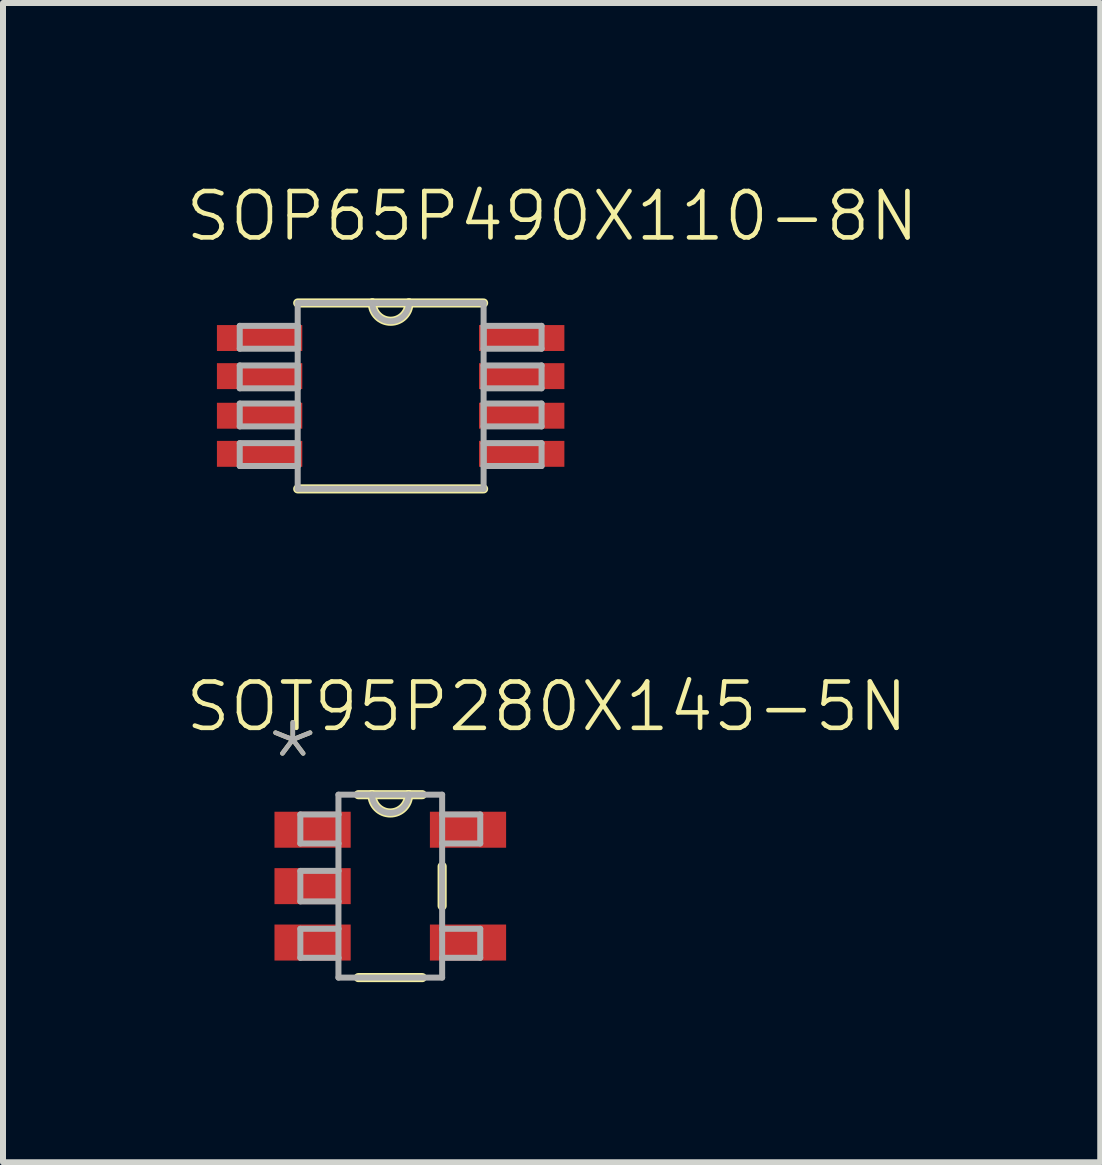
<source format=kicad_pcb>
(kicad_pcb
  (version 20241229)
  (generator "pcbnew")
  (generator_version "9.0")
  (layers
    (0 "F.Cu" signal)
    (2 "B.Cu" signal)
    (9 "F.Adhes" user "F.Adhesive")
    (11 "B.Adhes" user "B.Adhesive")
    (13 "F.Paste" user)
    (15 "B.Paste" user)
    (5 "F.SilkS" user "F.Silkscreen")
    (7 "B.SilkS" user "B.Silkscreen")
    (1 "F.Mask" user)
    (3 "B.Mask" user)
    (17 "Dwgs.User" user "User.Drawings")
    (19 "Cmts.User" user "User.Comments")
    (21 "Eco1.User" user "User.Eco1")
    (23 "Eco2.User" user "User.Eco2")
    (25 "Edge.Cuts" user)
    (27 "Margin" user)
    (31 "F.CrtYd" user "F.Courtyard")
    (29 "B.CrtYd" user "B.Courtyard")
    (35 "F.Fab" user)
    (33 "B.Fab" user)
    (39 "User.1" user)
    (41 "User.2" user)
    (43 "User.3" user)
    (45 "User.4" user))
  (footprint "SOT95P280X145-5N"
    (layer "F.Cu")
    (at 3.454 11.717)
    (property "Reference" "SOT95P280X145-5N" (at -3.454 -2.54 0) (layer "F.SilkS") (effects (font (size 0.772 0.772) (thickness 0.077)) (justify left bottom)))
    (attr through_hole)
    (fp_line (start -0.533 1.524) (end 0.533 1.524) (stroke (width 0.152) (type solid)) (layer "F.SilkS"))
    (fp_line (start -0.305 -1.524) (end -0.533 -1.524) (stroke (width 0.152) (type solid)) (layer "F.SilkS"))
    (fp_line (start 0.305 -1.524) (end -0.305 -1.524) (stroke (width 0.152) (type solid)) (layer "F.SilkS"))
    (fp_line (start 0.533 -1.524) (end 0.305 -1.524) (stroke (width 0.152) (type solid)) (layer "F.SilkS"))
    (fp_line (start 0.864 0.33) (end 0.864 -0.33) (stroke (width 0.152) (type solid)) (layer "F.SilkS"))
    (fp_arc (start 0.3048 -1.524) (mid 0 -1.2192) (end -0.3048 -1.524) (stroke (width 0.1524) (type solid)) (layer "F.SilkS"))
    (fp_line (start -1.499 -1.194) (end -1.499 -0.711) (stroke (width 0.1) (type solid)) (layer "F.Fab"))
    (fp_line (start -1.499 -0.711) (end -0.864 -0.711) (stroke (width 0.1) (type solid)) (layer "F.Fab"))
    (fp_line (start -1.499 -0.254) (end -1.499 0.254) (stroke (width 0.1) (type solid)) (layer "F.Fab"))
    (fp_line (start -1.499 0.254) (end -0.864 0.254) (stroke (width 0.1) (type solid)) (layer "F.Fab"))
    (fp_line (start -1.499 0.711) (end -1.499 1.194) (stroke (width 0.1) (type solid)) (layer "F.Fab"))
    (fp_line (start -1.499 1.194) (end -0.864 1.194) (stroke (width 0.1) (type solid)) (layer "F.Fab"))
    (fp_line (start -0.864 -1.524) (end -0.864 -1.194) (stroke (width 0.1) (type solid)) (layer "F.Fab"))
    (fp_line (start -0.864 -1.194) (end -1.499 -1.194) (stroke (width 0.1) (type solid)) (layer "F.Fab"))
    (fp_line (start -0.864 -1.194) (end -0.864 -0.711) (stroke (width 0.1) (type solid)) (layer "F.Fab"))
    (fp_line (start -0.864 -0.711) (end -0.864 -0.254) (stroke (width 0.1) (type solid)) (layer "F.Fab"))
    (fp_line (start -0.864 -0.254) (end -1.499 -0.254) (stroke (width 0.1) (type solid)) (layer "F.Fab"))
    (fp_line (start -0.864 -0.254) (end -0.864 0.254) (stroke (width 0.1) (type solid)) (layer "F.Fab"))
    (fp_line (start -0.864 0.254) (end -0.864 0.711) (stroke (width 0.1) (type solid)) (layer "F.Fab"))
    (fp_line (start -0.864 0.711) (end -1.499 0.711) (stroke (width 0.1) (type solid)) (layer "F.Fab"))
    (fp_line (start -0.864 1.194) (end -0.864 0.711) (stroke (width 0.1) (type solid)) (layer "F.Fab"))
    (fp_line (start -0.864 1.524) (end -0.864 1.194) (stroke (width 0.1) (type solid)) (layer "F.Fab"))
    (fp_line (start -0.864 1.524) (end 0.864 1.524) (stroke (width 0.1) (type solid)) (layer "F.Fab"))
    (fp_line (start -0.305 -1.524) (end -0.864 -1.524) (stroke (width 0.1) (type solid)) (layer "F.Fab"))
    (fp_line (start 0.305 -1.524) (end -0.305 -1.524) (stroke (width 0.1) (type solid)) (layer "F.Fab"))
    (fp_line (start 0.864 -1.524) (end 0.305 -1.524) (stroke (width 0.1) (type solid)) (layer "F.Fab"))
    (fp_line (start 0.864 -1.524) (end 0.864 -1.194) (stroke (width 0.1) (type solid)) (layer "F.Fab"))
    (fp_line (start 0.864 -1.194) (end 0.864 -0.711) (stroke (width 0.1) (type solid)) (layer "F.Fab"))
    (fp_line (start 0.864 -0.711) (end 1.499 -0.711) (stroke (width 0.1) (type solid)) (layer "F.Fab"))
    (fp_line (start 0.864 0.711) (end 0.864 -0.711) (stroke (width 0.1) (type solid)) (layer "F.Fab"))
    (fp_line (start 0.864 1.194) (end 0.864 0.711) (stroke (width 0.1) (type solid)) (layer "F.Fab"))
    (fp_line (start 0.864 1.194) (end 1.499 1.194) (stroke (width 0.1) (type solid)) (layer "F.Fab"))
    (fp_line (start 0.864 1.524) (end 0.864 1.194) (stroke (width 0.1) (type solid)) (layer "F.Fab"))
    (fp_line (start 1.499 -1.194) (end 0.864 -1.194) (stroke (width 0.1) (type solid)) (layer "F.Fab"))
    (fp_line (start 1.499 -0.711) (end 1.499 -1.194) (stroke (width 0.1) (type solid)) (layer "F.Fab"))
    (fp_line (start 1.499 0.711) (end 0.864 0.711) (stroke (width 0.1) (type solid)) (layer "F.Fab"))
    (fp_line (start 1.499 1.194) (end 1.499 0.711) (stroke (width 0.1) (type solid)) (layer "F.Fab"))
    (fp_arc (start 0.3048 -1.524) (mid 0 -1.2192) (end -0.3048 -1.524) (stroke (width 0.1) (type solid)) (layer "F.Fab"))
    (fp_text user "*" (at -2.134 -1.372 0) (layer "F.SilkS") (effects (font (size 1.206 1.206) (thickness 0.076)) (justify left bottom)))
    (fp_text user "*" (at -2.134 -1.372 0) (layer "F.Fab") (effects (font (size 1.206 1.206) (thickness 0.076)) (justify left bottom)))
    (pad "1" smd rect (at -1.295 -0.94) (size 1.27 0.6) (layers "F.Cu" "F.Mask" "F.Paste"))
    (pad "2" smd rect (at -1.295 0) (size 1.27 0.6) (layers "F.Cu" "F.Mask" "F.Paste"))
    (pad "3" smd rect (at -1.295 0.94) (size 1.27 0.6) (layers "F.Cu" "F.Mask" "F.Paste"))
    (pad "4" smd rect (at 1.295 0.94) (size 1.27 0.6) (layers "F.Cu" "F.Mask" "F.Paste"))
    (pad "5" smd rect (at 1.295 -0.94) (size 1.27 0.6) (layers "F.Cu" "F.Mask" "F.Paste")))
  (footprint "SOP65P490X110-8N"
    (layer "F.Cu")
    (at 3.46 3.548)
    (property "Reference" "SOP65P490X110-8N" (at -3.46 -2.544 0) (layer "F.SilkS") (effects (font (size 0.772 0.772) (thickness 0.077)) (justify left bottom)))
    (attr through_hole)
    (fp_line (start -1.549 1.549) (end 1.549 1.549) (stroke (width 0.152) (type solid)) (layer "F.SilkS"))
    (fp_line (start -0.305 -1.549) (end -1.549 -1.549) (stroke (width 0.152) (type solid)) (layer "F.SilkS"))
    (fp_line (start 0.305 -1.549) (end -0.305 -1.549) (stroke (width 0.152) (type solid)) (layer "F.SilkS"))
    (fp_line (start 1.549 -1.549) (end 0.305 -1.549) (stroke (width 0.152) (type solid)) (layer "F.SilkS"))
    (fp_arc (start 0.3048 -1.5494) (mid 0 -1.2446) (end -0.3048 -1.5494) (stroke (width 0.1524) (type solid)) (layer "F.SilkS"))
    (fp_line (start -2.515 -1.168) (end -2.515 -0.787) (stroke (width 0.1) (type solid)) (layer "F.Fab"))
    (fp_line (start -2.515 -0.787) (end -1.549 -0.787) (stroke (width 0.1) (type solid)) (layer "F.Fab"))
    (fp_line (start -2.515 -0.508) (end -2.515 -0.127) (stroke (width 0.1) (type solid)) (layer "F.Fab"))
    (fp_line (start -2.515 -0.127) (end -1.549 -0.127) (stroke (width 0.1) (type solid)) (layer "F.Fab"))
    (fp_line (start -2.515 0.127) (end -2.515 0.508) (stroke (width 0.1) (type solid)) (layer "F.Fab"))
    (fp_line (start -2.515 0.508) (end -1.549 0.508) (stroke (width 0.1) (type solid)) (layer "F.Fab"))
    (fp_line (start -2.515 0.787) (end -2.515 1.168) (stroke (width 0.1) (type solid)) (layer "F.Fab"))
    (fp_line (start -2.515 1.168) (end -1.549 1.168) (stroke (width 0.1) (type solid)) (layer "F.Fab"))
    (fp_line (start -1.549 -1.549) (end -1.549 1.549) (stroke (width 0.1) (type solid)) (layer "F.Fab"))
    (fp_line (start -1.549 -1.168) (end -2.515 -1.168) (stroke (width 0.1) (type solid)) (layer "F.Fab"))
    (fp_line (start -1.549 -0.787) (end -1.549 -1.168) (stroke (width 0.1) (type solid)) (layer "F.Fab"))
    (fp_line (start -1.549 -0.508) (end -2.515 -0.508) (stroke (width 0.1) (type solid)) (layer "F.Fab"))
    (fp_line (start -1.549 -0.127) (end -1.549 -0.508) (stroke (width 0.1) (type solid)) (layer "F.Fab"))
    (fp_line (start -1.549 0.127) (end -2.515 0.127) (stroke (width 0.1) (type solid)) (layer "F.Fab"))
    (fp_line (start -1.549 0.508) (end -1.549 0.127) (stroke (width 0.1) (type solid)) (layer "F.Fab"))
    (fp_line (start -1.549 0.787) (end -2.515 0.787) (stroke (width 0.1) (type solid)) (layer "F.Fab"))
    (fp_line (start -1.549 1.168) (end -1.549 0.787) (stroke (width 0.1) (type solid)) (layer "F.Fab"))
    (fp_line (start -1.549 1.549) (end 1.549 1.549) (stroke (width 0.1) (type solid)) (layer "F.Fab"))
    (fp_line (start -0.305 -1.549) (end -1.549 -1.549) (stroke (width 0.1) (type solid)) (layer "F.Fab"))
    (fp_line (start 0.305 -1.549) (end -0.305 -1.549) (stroke (width 0.1) (type solid)) (layer "F.Fab"))
    (fp_line (start 1.549 -1.549) (end 0.305 -1.549) (stroke (width 0.1) (type solid)) (layer "F.Fab"))
    (fp_line (start 1.549 -1.168) (end 1.549 -0.787) (stroke (width 0.1) (type solid)) (layer "F.Fab"))
    (fp_line (start 1.549 -0.787) (end 2.515 -0.787) (stroke (width 0.1) (type solid)) (layer "F.Fab"))
    (fp_line (start 1.549 -0.508) (end 1.549 -0.127) (stroke (width 0.1) (type solid)) (layer "F.Fab"))
    (fp_line (start 1.549 -0.127) (end 2.515 -0.127) (stroke (width 0.1) (type solid)) (layer "F.Fab"))
    (fp_line (start 1.549 0.127) (end 1.549 0.508) (stroke (width 0.1) (type solid)) (layer "F.Fab"))
    (fp_line (start 1.549 0.508) (end 2.515 0.508) (stroke (width 0.1) (type solid)) (layer "F.Fab"))
    (fp_line (start 1.549 0.787) (end 1.549 1.168) (stroke (width 0.1) (type solid)) (layer "F.Fab"))
    (fp_line (start 1.549 1.168) (end 2.515 1.168) (stroke (width 0.1) (type solid)) (layer "F.Fab"))
    (fp_line (start 1.549 1.549) (end 1.549 -1.549) (stroke (width 0.1) (type solid)) (layer "F.Fab"))
    (fp_line (start 2.515 -1.168) (end 1.549 -1.168) (stroke (width 0.1) (type solid)) (layer "F.Fab"))
    (fp_line (start 2.515 -0.787) (end 2.515 -1.168) (stroke (width 0.1) (type solid)) (layer "F.Fab"))
    (fp_line (start 2.515 -0.508) (end 1.549 -0.508) (stroke (width 0.1) (type solid)) (layer "F.Fab"))
    (fp_line (start 2.515 -0.127) (end 2.515 -0.508) (stroke (width 0.1) (type solid)) (layer "F.Fab"))
    (fp_line (start 2.515 0.127) (end 1.549 0.127) (stroke (width 0.1) (type solid)) (layer "F.Fab"))
    (fp_line (start 2.515 0.508) (end 2.515 0.127) (stroke (width 0.1) (type solid)) (layer "F.Fab"))
    (fp_line (start 2.515 0.787) (end 1.549 0.787) (stroke (width 0.1) (type solid)) (layer "F.Fab"))
    (fp_line (start 2.515 1.168) (end 2.515 0.787) (stroke (width 0.1) (type solid)) (layer "F.Fab"))
    (fp_arc (start 0.3048 -1.5494) (mid 0 -1.2446) (end -0.3048 -1.5494) (stroke (width 0.1) (type solid)) (layer "F.Fab"))
    (pad "1" smd rect (at -2.184 -0.965) (size 1.422 0.432) (layers "F.Cu" "F.Mask" "F.Paste"))
    (pad "2" smd rect (at -2.184 -0.33) (size 1.422 0.432) (layers "F.Cu" "F.Mask" "F.Paste"))
    (pad "3" smd rect (at -2.184 0.33) (size 1.422 0.432) (layers "F.Cu" "F.Mask" "F.Paste"))
    (pad "4" smd rect (at -2.184 0.965) (size 1.422 0.432) (layers "F.Cu" "F.Mask" "F.Paste"))
    (pad "5" smd rect (at 2.184 0.965) (size 1.422 0.432) (layers "F.Cu" "F.Mask" "F.Paste"))
    (pad "6" smd rect (at 2.184 0.33) (size 1.422 0.432) (layers "F.Cu" "F.Mask" "F.Paste"))
    (pad "7" smd rect (at 2.184 -0.33) (size 1.422 0.432) (layers "F.Cu" "F.Mask" "F.Paste"))
    (pad "8" smd rect (at 2.184 -0.965) (size 1.422 0.432) (layers "F.Cu" "F.Mask" "F.Paste")))
  (gr_rect
    (start -3 -3)
    (end 15.285 16.318)
    (stroke (width 0.1) (type default))
    (fill no)
    (layer "Edge.Cuts")))
</source>
